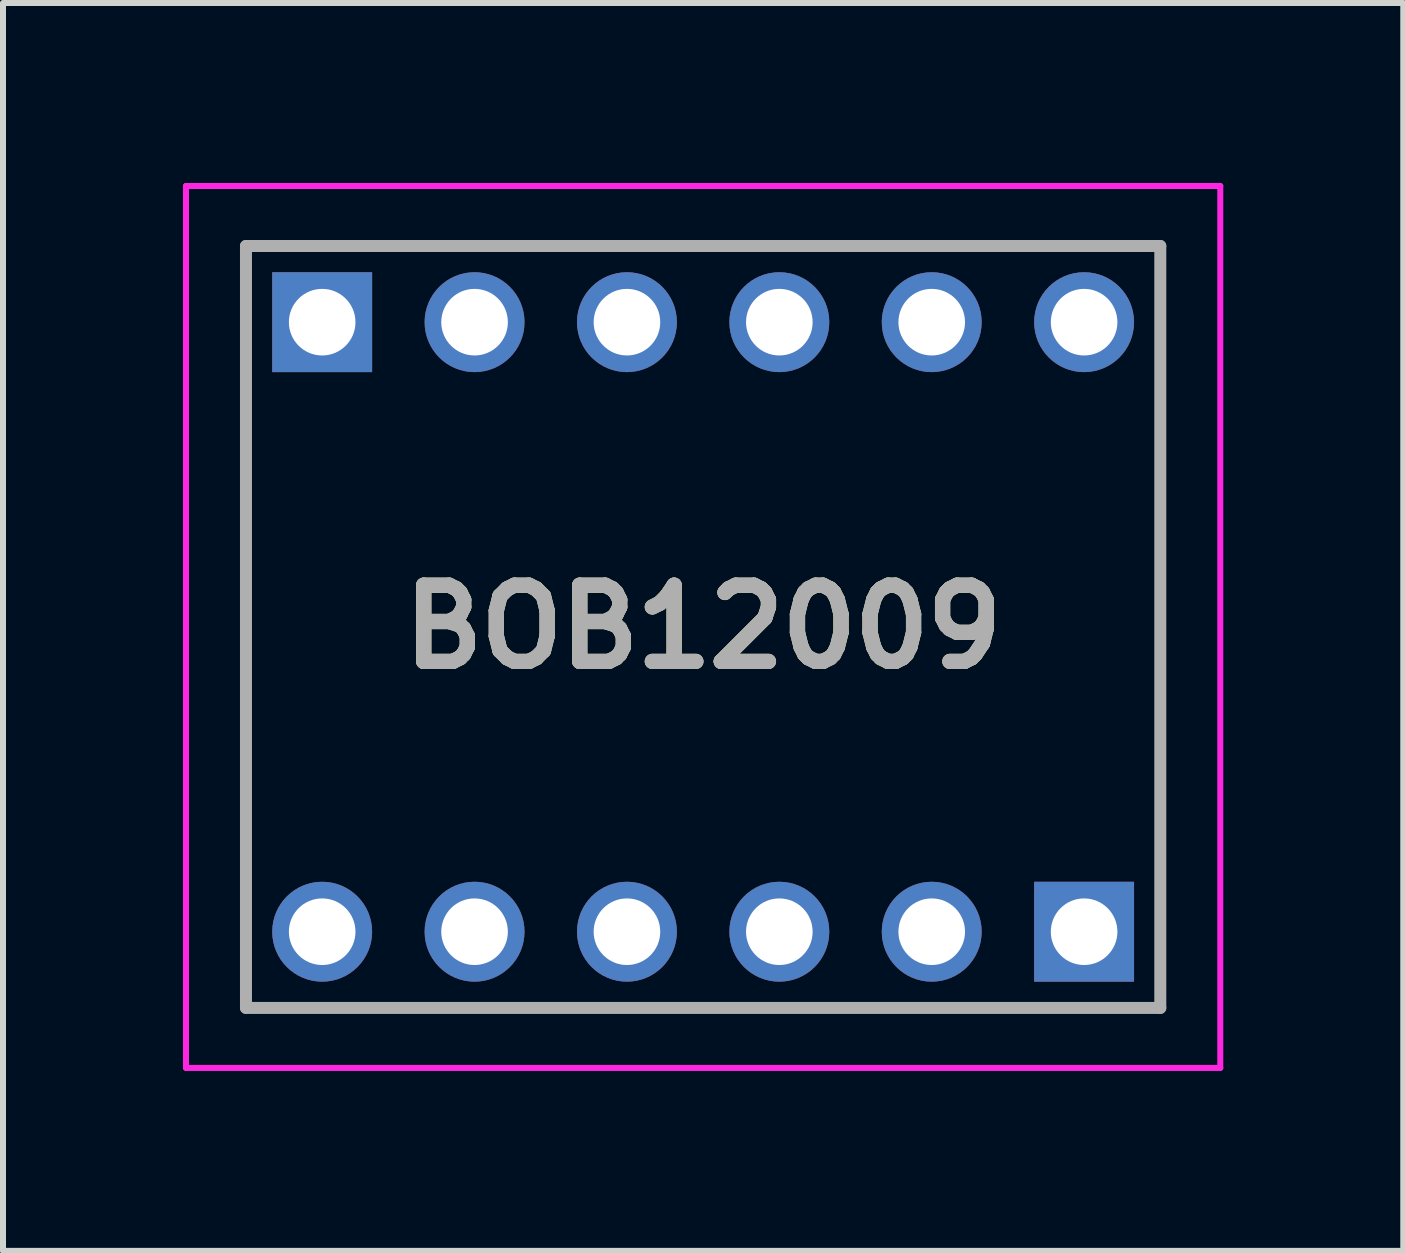
<source format=kicad_pcb>
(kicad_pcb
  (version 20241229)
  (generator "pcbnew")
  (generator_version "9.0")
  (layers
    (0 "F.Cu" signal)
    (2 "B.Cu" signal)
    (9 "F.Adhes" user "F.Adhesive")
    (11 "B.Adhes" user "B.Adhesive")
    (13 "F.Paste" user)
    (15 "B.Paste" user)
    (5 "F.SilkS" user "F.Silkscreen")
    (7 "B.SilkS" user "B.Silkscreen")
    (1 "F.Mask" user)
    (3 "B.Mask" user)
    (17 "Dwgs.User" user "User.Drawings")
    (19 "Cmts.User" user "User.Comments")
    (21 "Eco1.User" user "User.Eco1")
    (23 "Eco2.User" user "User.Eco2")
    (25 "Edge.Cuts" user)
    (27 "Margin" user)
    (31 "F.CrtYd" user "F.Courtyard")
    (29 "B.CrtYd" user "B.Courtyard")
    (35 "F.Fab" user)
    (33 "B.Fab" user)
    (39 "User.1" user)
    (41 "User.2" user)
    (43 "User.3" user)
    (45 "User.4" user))
  (footprint "BOB12009"
    (layer "F.Cu")
    (at 8.67 7.4)
    (property "Reference" "BOB12009" (at 0 0 0) (layer "F.SilkS") (effects (font (size 1.27 1.27) (thickness 0.254))))
    (attr through_hole)
    (fp_line (start -7.62 -6.35) (end 7.62 -6.35) (stroke (width 0.1) (type solid)) (layer "F.SilkS"))
    (fp_line (start -7.62 6.35) (end -7.62 -6.35) (stroke (width 0.1) (type solid)) (layer "F.SilkS"))
    (fp_line (start 7.62 -6.35) (end 7.62 6.35) (stroke (width 0.1) (type solid)) (layer "F.SilkS"))
    (fp_line (start 7.62 6.35) (end -7.62 6.35) (stroke (width 0.1) (type solid)) (layer "F.SilkS"))
    (fp_line (start -8.62 -7.35) (end 8.62 -7.35) (stroke (width 0.1) (type solid)) (layer "F.CrtYd"))
    (fp_line (start -8.62 7.35) (end -8.62 -7.35) (stroke (width 0.1) (type solid)) (layer "F.CrtYd"))
    (fp_line (start 8.62 -7.35) (end 8.62 7.35) (stroke (width 0.1) (type solid)) (layer "F.CrtYd"))
    (fp_line (start 8.62 7.35) (end -8.62 7.35) (stroke (width 0.1) (type solid)) (layer "F.CrtYd"))
    (fp_line (start -7.62 -6.35) (end 7.62 -6.35) (stroke (width 0.2) (type solid)) (layer "F.Fab"))
    (fp_line (start -7.62 6.35) (end -7.62 -6.35) (stroke (width 0.2) (type solid)) (layer "F.Fab"))
    (fp_line (start 7.62 -6.35) (end 7.62 6.35) (stroke (width 0.2) (type solid)) (layer "F.Fab"))
    (fp_line (start 7.62 6.35) (end -7.62 6.35) (stroke (width 0.2) (type solid)) (layer "F.Fab"))
    (fp_text user "${REFERENCE}" (at 0 0 0) (layer "F.Fab") (effects (font (size 1.27 1.27) (thickness 0.254))))
    (pad "1" thru_hole rect (at 6.35 5.08) (size 1.665 1.665) (drill 1.11) (layers "*.Cu" "*.Mask"))
    (pad "2" thru_hole circle (at 3.81 5.08) (size 1.665 1.665) (drill 1.11) (layers "*.Cu" "*.Mask"))
    (pad "3" thru_hole circle (at 1.27 5.08) (size 1.665 1.665) (drill 1.11) (layers "*.Cu" "*.Mask"))
    (pad "4" thru_hole circle (at -1.27 5.08) (size 1.665 1.665) (drill 1.11) (layers "*.Cu" "*.Mask"))
    (pad "5" thru_hole circle (at -3.81 5.08) (size 1.665 1.665) (drill 1.11) (layers "*.Cu" "*.Mask"))
    (pad "6" thru_hole circle (at -6.35 5.08) (size 1.665 1.665) (drill 1.11) (layers "*.Cu" "*.Mask"))
    (pad "7" thru_hole rect (at -6.35 -5.08) (size 1.665 1.665) (drill 1.11) (layers "*.Cu" "*.Mask"))
    (pad "8" thru_hole circle (at -3.81 -5.08) (size 1.665 1.665) (drill 1.11) (layers "*.Cu" "*.Mask"))
    (pad "9" thru_hole circle (at -1.27 -5.08) (size 1.665 1.665) (drill 1.11) (layers "*.Cu" "*.Mask"))
    (pad "10" thru_hole circle (at 1.27 -5.08) (size 1.665 1.665) (drill 1.11) (layers "*.Cu" "*.Mask"))
    (pad "11" thru_hole circle (at 3.81 -5.08) (size 1.665 1.665) (drill 1.11) (layers "*.Cu" "*.Mask"))
    (pad "12" thru_hole circle (at 6.35 -5.08) (size 1.665 1.665) (drill 1.11) (layers "*.Cu" "*.Mask")))
  (gr_rect
    (start -3 -3)
    (end 20.34 17.8)
    (stroke (width 0.1) (type default))
    (fill no)
    (layer "Edge.Cuts")))
</source>
